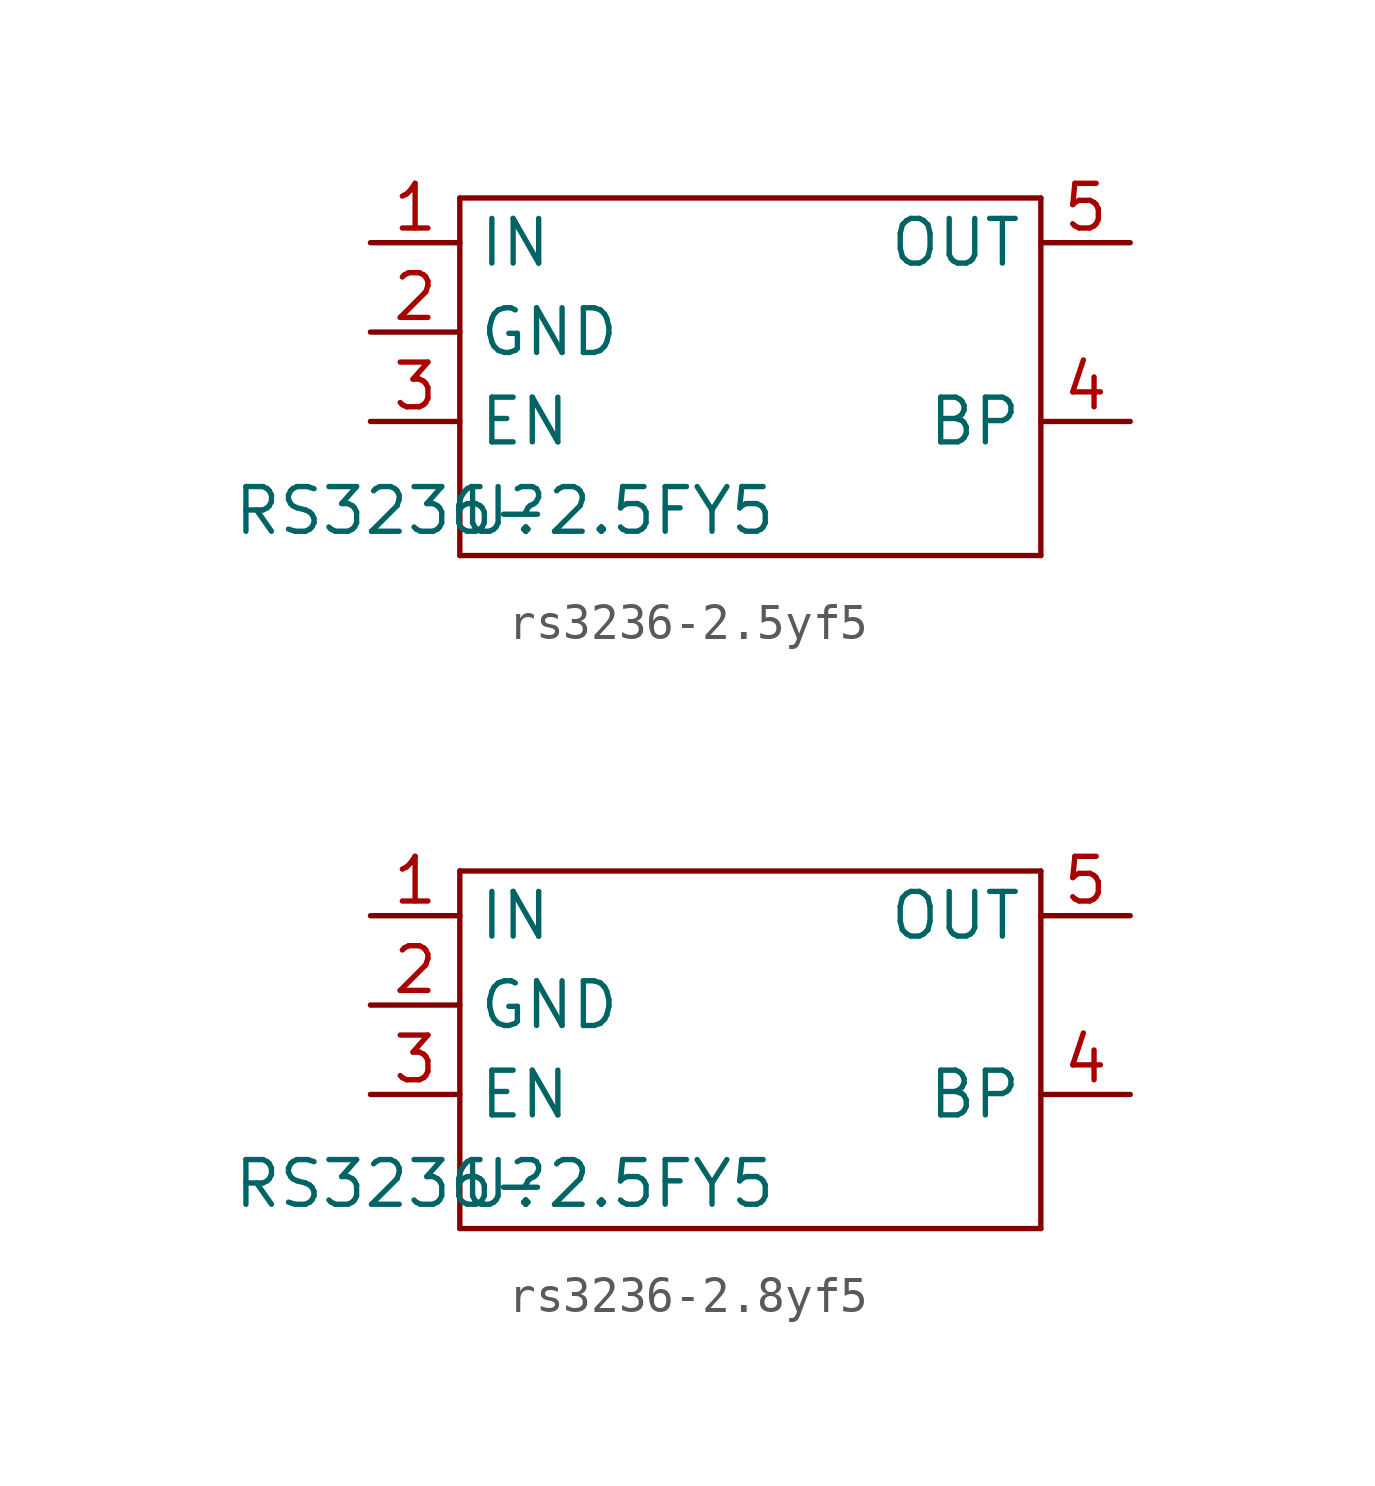
<source format=kicad_sym>
(kicad_symbol_lib
  (version 20231120)
  (generator "kicad_symbol_editor")
  (generator_version "8.0")
  (symbol "rs3236-2.5yf5"
    (property "Reference" "U"
      (at 0 0 0)
      (effects (font (size 1.27 1.27))))
    (property "Value" "RS3236-2.5FY5"
      (at 0 0 0)
      (effects (font (size 1.27 1.27))))
    (symbol "rs3236-2.5yf5_0_1"
      (polyline (pts (xy -1.27 -1.27) (xy 15.24 -1.27)) (stroke (width 0) (type default)) (fill (type none)))
      (polyline (pts (xy -1.27 8.89) (xy -1.27 -1.27)) (stroke (width 0) (type default)) (fill (type none)))
      (polyline (pts (xy 15.24 8.89) (xy -1.27 8.89)) (stroke (width 0) (type default)) (fill (type none)))
      (polyline (pts (xy 15.24 8.89) (xy 15.24 -1.27)) (stroke (width 0) (type default)) (fill (type none))))
    (symbol "rs3236-2.5yf5_1_1"
      (pin power_in line (at -3.81 7.62 0) (length 2.54) (name "IN" (effects (font (size 1.27 1.27)))) (number "1" (effects (font (size 1.27 1.27)))))
      (pin power_in line (at -3.81 5.08 0) (length 2.54) (name "GND" (effects (font (size 1.27 1.27)))) (number "2" (effects (font (size 1.27 1.27)))))
      (pin input line (at -3.81 2.54 0) (length 2.54) (name "EN" (effects (font (size 1.27 1.27)))) (number "3" (effects (font (size 1.27 1.27)))))
      (pin output line (at 17.78 2.54 180) (length 2.54) (name "BP" (effects (font (size 1.27 1.27)))) (number "4" (effects (font (size 1.27 1.27)))))
      (pin power_out line (at 17.78 7.62 180) (length 2.54) (name "OUT" (effects (font (size 1.27 1.27)))) (number "5" (effects (font (size 1.27 1.27)))))))
  (symbol "rs3236-2.8yf5"
    (property "Reference" "U"
      (at 0 0 0)
      (effects (font (size 1.27 1.27))))
    (property "Value" "RS3236-2.5FY5"
      (at 0 0 0)
      (effects (font (size 1.27 1.27))))
    (symbol "rs3236-2.8yf5_0_1"
      (polyline (pts (xy -1.27 -1.27) (xy 15.24 -1.27)) (stroke (width 0) (type default)) (fill (type none)))
      (polyline (pts (xy -1.27 8.89) (xy -1.27 -1.27)) (stroke (width 0) (type default)) (fill (type none)))
      (polyline (pts (xy 15.24 8.89) (xy -1.27 8.89)) (stroke (width 0) (type default)) (fill (type none)))
      (polyline (pts (xy 15.24 8.89) (xy 15.24 -1.27)) (stroke (width 0) (type default)) (fill (type none))))
    (symbol "rs3236-2.8yf5_1_1"
      (pin power_in line (at -3.81 7.62 0) (length 2.54) (name "IN" (effects (font (size 1.27 1.27)))) (number "1" (effects (font (size 1.27 1.27)))))
      (pin power_in line (at -3.81 5.08 0) (length 2.54) (name "GND" (effects (font (size 1.27 1.27)))) (number "2" (effects (font (size 1.27 1.27)))))
      (pin input line (at -3.81 2.54 0) (length 2.54) (name "EN" (effects (font (size 1.27 1.27)))) (number "3" (effects (font (size 1.27 1.27)))))
      (pin output line (at 17.78 2.54 180) (length 2.54) (name "BP" (effects (font (size 1.27 1.27)))) (number "4" (effects (font (size 1.27 1.27)))))
      (pin power_out line (at 17.78 7.62 180) (length 2.54) (name "OUT" (effects (font (size 1.27 1.27)))) (number "5" (effects (font (size 1.27 1.27))))))))
</source>
